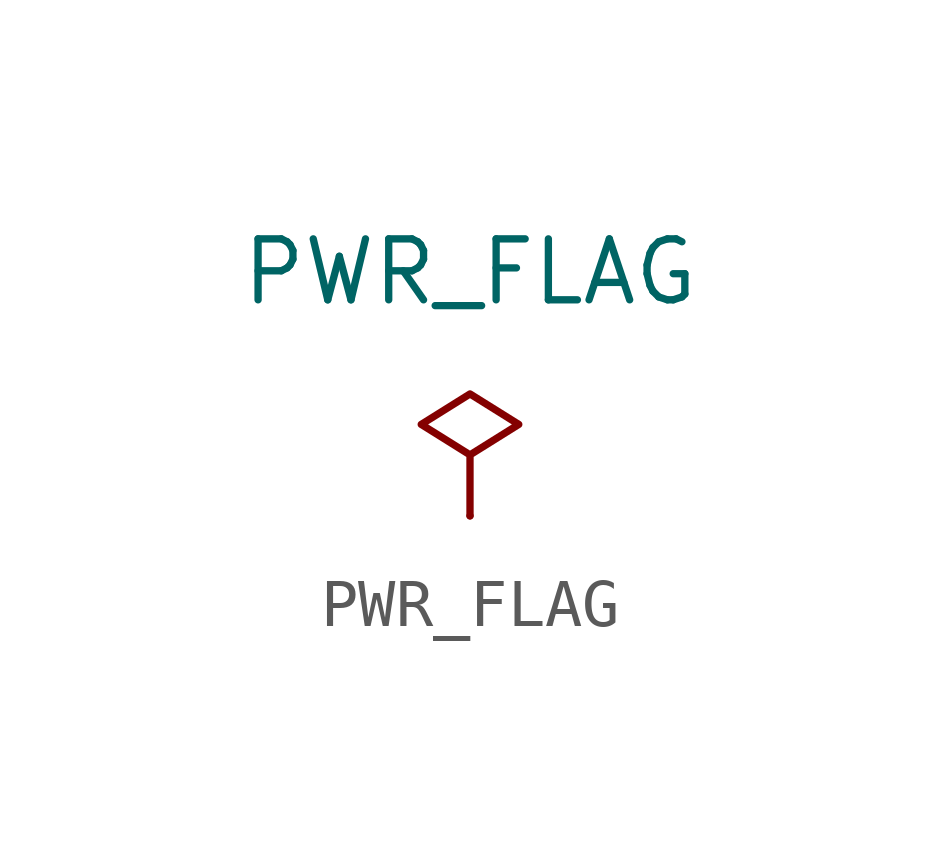
<source format=kicad_sym>
(kicad_symbol_lib
  (version 20241209)
  (generator "kicad_symbol_editor")
  (generator_version "9.0")
  (symbol "PWR_FLAG"
    (power)
    (pin_numbers
      (hide yes))
    (pin_names
      (offset 0)
      (hide yes))
    (property "Reference" "#FLG01"
      (at 0 1.905 0)
      (effects (font (size 1.27 1.27)) (hide yes)))
    (property "Value" "PWR_FLAG"
      (at 0 5.08 0)
      (effects (font (size 1.27 1.27))))
    (symbol "PWR_FLAG_0_1"
      (polyline (pts (xy 0 0) (xy 0 1.27) (xy -1.016 1.905) (xy 0 2.54) (xy 1.016 1.905) (xy 0 1.27)) (stroke (width 0) (type default)) (fill (type none))))
    (symbol "PWR_FLAG_1_0"
      (pin passive line (at 0 0 90) (length 0) (name "~" (effects (font (size 1.27 1.27)))) (number "1" (effects (font (size 1.27 1.27))))))))
</source>
